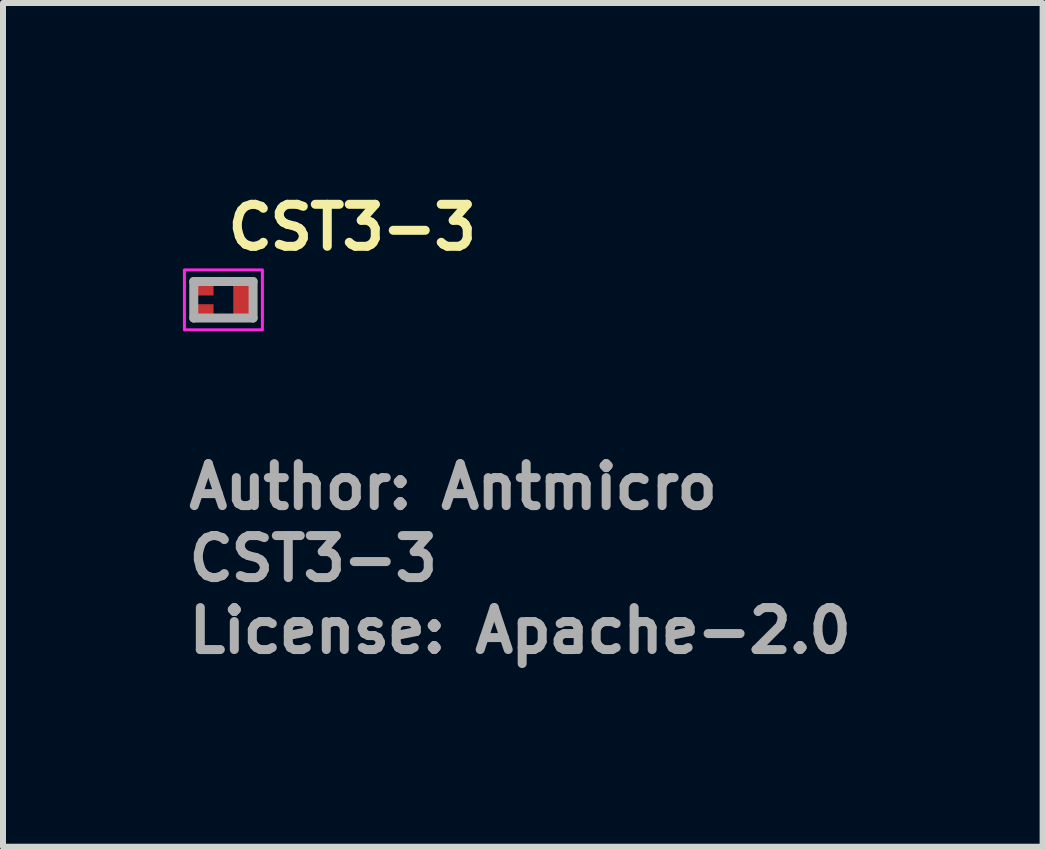
<source format=kicad_pcb>
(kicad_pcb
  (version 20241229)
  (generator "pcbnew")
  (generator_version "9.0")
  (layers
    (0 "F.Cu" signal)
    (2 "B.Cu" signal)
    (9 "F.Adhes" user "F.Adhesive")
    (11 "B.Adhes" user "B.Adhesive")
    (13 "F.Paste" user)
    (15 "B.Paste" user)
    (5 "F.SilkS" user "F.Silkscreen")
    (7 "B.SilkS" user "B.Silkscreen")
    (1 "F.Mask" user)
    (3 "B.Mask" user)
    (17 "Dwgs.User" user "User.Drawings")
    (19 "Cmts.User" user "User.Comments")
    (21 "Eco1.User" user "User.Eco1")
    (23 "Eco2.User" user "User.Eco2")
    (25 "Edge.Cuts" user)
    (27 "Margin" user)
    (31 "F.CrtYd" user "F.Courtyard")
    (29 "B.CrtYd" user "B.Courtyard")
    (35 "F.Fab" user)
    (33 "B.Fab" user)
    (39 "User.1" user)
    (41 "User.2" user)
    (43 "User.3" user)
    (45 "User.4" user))
  (footprint "CST3-3"
    (layer "F.Cu")
    (at 0.675 1.95)
    (property "Reference" "CST3-3" (at 0 -0.8 0) (layer "F.SilkS") (effects (font (size 0.7 0.7) (thickness 0.15)) (justify left bottom)))
    (attr smd)
    (fp_rect (start -0.65 -0.5) (end 0.65 0.5) (stroke (width 0.05) (type solid)) (fill no) (layer "F.CrtYd"))
    (fp_line (start -0.494 -0.306) (end -0.494 0.303) (stroke (width 0.15) (type solid)) (layer "F.Fab"))
    (fp_line (start -0.494 0.303) (end 0.495 0.303) (stroke (width 0.15) (type solid)) (layer "F.Fab"))
    (fp_line (start 0.495 -0.306) (end -0.494 -0.306) (stroke (width 0.15) (type solid)) (layer "F.Fab"))
    (fp_line (start 0.495 0.303) (end 0.495 -0.306) (stroke (width 0.15) (type solid)) (layer "F.Fab"))
    (fp_rect (start -0.499 -0.3) (end 0.499 0.299) (stroke (width 0.1) (type solid)) (fill no) (layer "User.5"))
    (fp_line (start -0.499 -0.3) (end -0.499 0.299) (stroke (width 0.02) (type solid)) (layer "User.9"))
    (fp_line (start -0.499 0.299) (end 0.499 0.299) (stroke (width 0.02) (type solid)) (layer "User.9"))
    (fp_line (start 0.499 -0.3) (end -0.499 -0.3) (stroke (width 0.02) (type solid)) (layer "User.9"))
    (fp_line (start 0.499 0.299) (end 0.499 -0.3) (stroke (width 0.02) (type solid)) (layer "User.9"))
    (fp_text user "License: Apache-2.0" (at -0.65 5.924 0) (layer "F.Fab") (effects (font (size 0.7 0.7) (thickness 0.15)) (justify left bottom)))
    (fp_text user "${REFERENCE}" (at -0.65 4.724 0) (layer "F.Fab") (effects (font (size 0.7 0.7) (thickness 0.15)) (justify left bottom)))
    (fp_text user "Author: Antmicro" (at -0.65 3.524 0) (layer "F.Fab") (effects (font (size 0.7 0.7) (thickness 0.15)) (justify left bottom)))
    (pad "1" smd rect (at -0.317 -0.175) (size 0.305 0.203) (layers "F.Cu" "F.Mask" "F.Paste"))
    (pad "2" smd rect (at -0.317 0.174) (size 0.305 0.203) (layers "F.Cu" "F.Mask" "F.Paste"))
    (pad "3" smd rect (at 0.317 0) (size 0.305 0.559) (layers "F.Cu" "F.Mask" "F.Paste")))
  (gr_rect
    (start -3 -3)
    (end 14.335 11.069)
    (stroke (width 0.1) (type default))
    (fill no)
    (layer "Edge.Cuts")))
</source>
